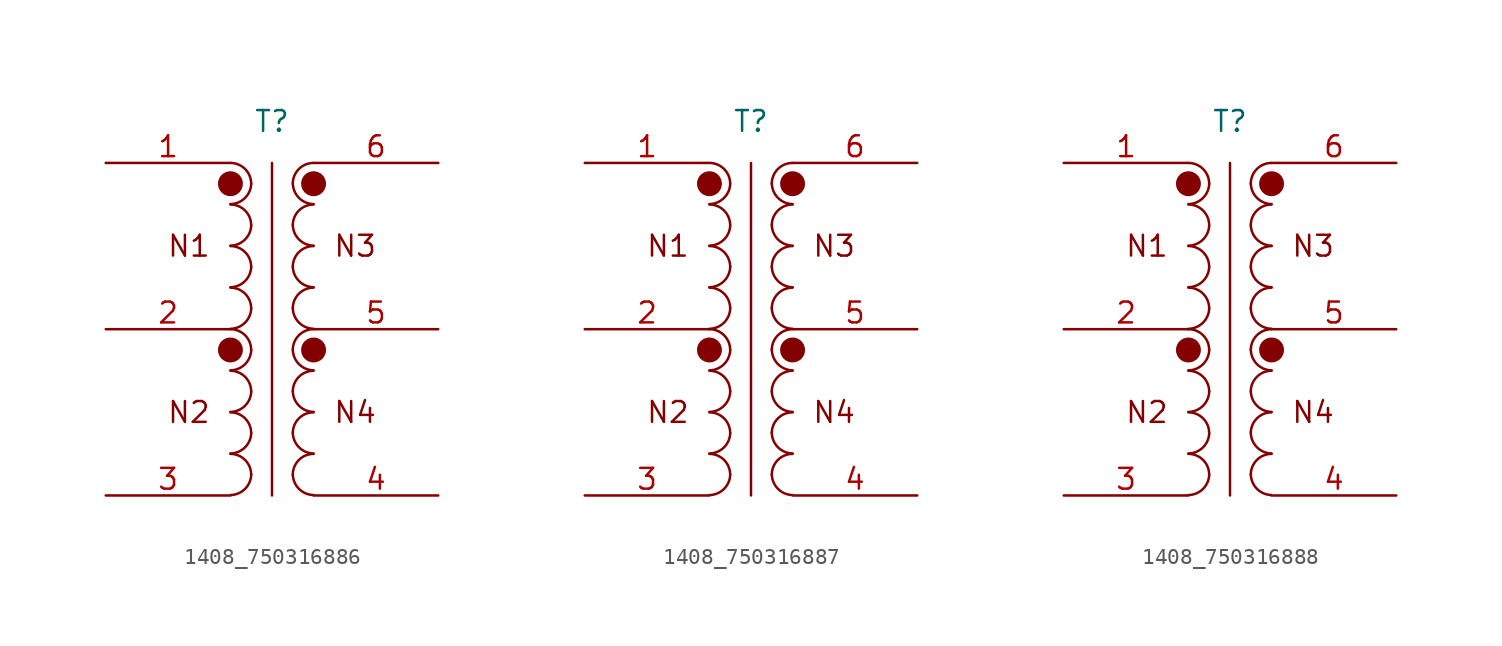
<source format=kicad_sym>
(kicad_symbol_lib
  (version 20220914)
  (generator kicad_symbol_editor)
  (symbol "1408_750316886"
    (pin_names hide)
    (property "Reference" "T"
      (at 0 12.7 0)
      (effects (font (size 1.27 1.27))))
    (property "Critical Parameter" ""
      (at 0 -5.08 0)
      (effects (font (size 1.27 1.27)) (justify left)))
    (symbol "1408_750316886_0_1"
      (arc (start -2.54 -10.1346) (mid -1.6561 -9.7663) (end -1.27 -8.89) (stroke (width 0) (type default)) (fill (type none)))
      (arc (start -2.54 -7.5946) (mid -1.6561 -7.2263) (end -1.27 -6.35) (stroke (width 0) (type default)) (fill (type none)))
      (arc (start -2.54 -5.0546) (mid -1.6561 -4.6863) (end -1.27 -3.81) (stroke (width 0) (type default)) (fill (type none)))
      (arc (start -2.54 -2.5146) (mid -1.6561 -2.1463) (end -1.27 -1.27) (stroke (width 0) (type default)) (fill (type none)))
      (arc (start -2.54 0.0254) (mid -1.6561 0.3937) (end -1.27 1.27) (stroke (width 0) (type default)) (fill (type none)))
      (arc (start -2.54 2.5654) (mid -1.6561 2.9337) (end -1.27 3.81) (stroke (width 0) (type default)) (fill (type none)))
      (arc (start -2.54 5.1054) (mid -1.6561 5.4737) (end -1.27 6.35) (stroke (width 0) (type default)) (fill (type none)))
      (arc (start -2.54 7.6454) (mid -1.6561 8.0137) (end -1.27 8.89) (stroke (width 0) (type default)) (fill (type none)))
      (arc (start -1.27 -8.89) (mid -1.642 -7.992) (end -2.54 -7.62) (stroke (width 0) (type default)) (fill (type none)))
      (arc (start -1.27 -6.35) (mid -1.642 -5.452) (end -2.54 -5.08) (stroke (width 0) (type default)) (fill (type none)))
      (arc (start -1.27 -3.81) (mid -1.642 -2.912) (end -2.54 -2.54) (stroke (width 0) (type default)) (fill (type none)))
      (arc (start -1.27 -1.27) (mid -1.642 -0.372) (end -2.54 0) (stroke (width 0) (type default)) (fill (type none)))
      (arc (start -1.27 1.27) (mid -1.642 2.168) (end -2.54 2.54) (stroke (width 0) (type default)) (fill (type none)))
      (arc (start -1.27 3.81) (mid -1.642 4.708) (end -2.54 5.08) (stroke (width 0) (type default)) (fill (type none)))
      (arc (start -1.27 6.35) (mid -1.642 7.248) (end -2.54 7.62) (stroke (width 0) (type default)) (fill (type none)))
      (arc (start -1.27 8.89) (mid -1.642 9.788) (end -2.54 10.16) (stroke (width 0) (type default)) (fill (type none)))
      (polyline (pts (xy 0 -10.16) (xy 0 10.16)) (stroke (width 0) (type default)) (fill (type none)))
      (arc (start 1.27 -8.89) (mid 1.6561 -9.7663) (end 2.54 -10.1346) (stroke (width 0) (type default)) (fill (type none)))
      (arc (start 1.27 -6.35) (mid 1.6561 -7.2263) (end 2.54 -7.5946) (stroke (width 0) (type default)) (fill (type none)))
      (arc (start 1.27 -3.81) (mid 1.6561 -4.6863) (end 2.54 -5.0546) (stroke (width 0) (type default)) (fill (type none)))
      (arc (start 1.27 -1.27) (mid 1.6561 -2.1463) (end 2.54 -2.5146) (stroke (width 0) (type default)) (fill (type none)))
      (arc (start 1.27 1.27) (mid 1.6561 0.3937) (end 2.54 0.0254) (stroke (width 0) (type default)) (fill (type none)))
      (arc (start 1.27 3.81) (mid 1.6561 2.9337) (end 2.54 2.5654) (stroke (width 0) (type default)) (fill (type none)))
      (arc (start 1.27 6.35) (mid 1.6561 5.4737) (end 2.54 5.1054) (stroke (width 0) (type default)) (fill (type none)))
      (arc (start 1.27 8.89) (mid 1.6561 8.0137) (end 2.54 7.6454) (stroke (width 0) (type default)) (fill (type none)))
      (arc (start 2.54 -7.62) (mid 1.642 -7.992) (end 1.27 -8.89) (stroke (width 0) (type default)) (fill (type none)))
      (arc (start 2.54 -5.08) (mid 1.642 -5.452) (end 1.27 -6.35) (stroke (width 0) (type default)) (fill (type none)))
      (arc (start 2.54 -2.54) (mid 1.642 -2.912) (end 1.27 -3.81) (stroke (width 0) (type default)) (fill (type none)))
      (arc (start 2.54 0) (mid 1.642 -0.372) (end 1.27 -1.27) (stroke (width 0) (type default)) (fill (type none)))
      (arc (start 2.54 2.54) (mid 1.642 2.168) (end 1.27 1.27) (stroke (width 0) (type default)) (fill (type none)))
      (arc (start 2.54 5.08) (mid 1.642 4.708) (end 1.27 3.81) (stroke (width 0) (type default)) (fill (type none)))
      (arc (start 2.54 7.62) (mid 1.642 7.248) (end 1.27 6.35) (stroke (width 0) (type default)) (fill (type none)))
      (arc (start 2.54 10.16) (mid 1.642 9.788) (end 1.27 8.89) (stroke (width 0) (type default)) (fill (type none))))
    (symbol "1408_750316886_1_1"
      (circle (center -2.54 -1.27) (radius 0.0001) (stroke (width 0.762) (type default)) (fill (type none)))
      (circle (center -2.54 8.89) (radius 0.0001) (stroke (width 0.762) (type default)) (fill (type none)))
      (circle (center 2.54 -1.27) (radius 0.0001) (stroke (width 0.762) (type default)) (fill (type none)))
      (circle (center 2.54 8.89) (radius 0.0001) (stroke (width 0.762) (type default)) (fill (type none)))
      (text "N1" (at -5.08 5.08 0) (effects (font (size 1.27 1.27))))
      (text "N2" (at -5.08 -5.08 0) (effects (font (size 1.27 1.27))))
      (text "N3" (at 5.08 5.08 0) (effects (font (size 1.27 1.27))))
      (text "N4" (at 5.08 -5.08 0) (effects (font (size 1.27 1.27))))
      (pin passive line (at -10.16 10.16 0) (length 7.62) (name "1" (effects (font (size 1.27 1.27)))) (number "1" (effects (font (size 1.27 1.27)))))
      (pin passive line (at -10.16 0 0) (length 7.62) (name "2" (effects (font (size 1.27 1.27)))) (number "2" (effects (font (size 1.27 1.27)))))
      (pin passive line (at -10.16 -10.16 0) (length 7.62) (name "3" (effects (font (size 1.27 1.27)))) (number "3" (effects (font (size 1.27 1.27)))))
      (pin passive line (at 10.16 -10.16 180) (length 7.62) (name "4" (effects (font (size 1.27 1.27)))) (number "4" (effects (font (size 1.27 1.27)))))
      (pin passive line (at 10.16 0 180) (length 7.62) (name "5" (effects (font (size 1.27 1.27)))) (number "5" (effects (font (size 1.27 1.27)))))
      (pin passive line (at 10.16 10.16 180) (length 7.62) (name "6" (effects (font (size 1.27 1.27)))) (number "6" (effects (font (size 1.27 1.27)))))))
  (symbol "1408_750316887"
    (pin_names hide)
    (property "Reference" "T"
      (at 0 12.7 0)
      (effects (font (size 1.27 1.27))))
    (property "Critical Parameter" ""
      (at 0 -5.08 0)
      (effects (font (size 1.27 1.27)) (justify left)))
    (symbol "1408_750316887_0_1"
      (arc (start -2.54 -10.1346) (mid -1.6561 -9.7663) (end -1.27 -8.89) (stroke (width 0) (type default)) (fill (type none)))
      (arc (start -2.54 -7.5946) (mid -1.6561 -7.2263) (end -1.27 -6.35) (stroke (width 0) (type default)) (fill (type none)))
      (arc (start -2.54 -5.0546) (mid -1.6561 -4.6863) (end -1.27 -3.81) (stroke (width 0) (type default)) (fill (type none)))
      (arc (start -2.54 -2.5146) (mid -1.6561 -2.1463) (end -1.27 -1.27) (stroke (width 0) (type default)) (fill (type none)))
      (arc (start -2.54 0.0254) (mid -1.6561 0.3937) (end -1.27 1.27) (stroke (width 0) (type default)) (fill (type none)))
      (arc (start -2.54 2.5654) (mid -1.6561 2.9337) (end -1.27 3.81) (stroke (width 0) (type default)) (fill (type none)))
      (arc (start -2.54 5.1054) (mid -1.6561 5.4737) (end -1.27 6.35) (stroke (width 0) (type default)) (fill (type none)))
      (arc (start -2.54 7.6454) (mid -1.6561 8.0137) (end -1.27 8.89) (stroke (width 0) (type default)) (fill (type none)))
      (arc (start -1.27 -8.89) (mid -1.642 -7.992) (end -2.54 -7.62) (stroke (width 0) (type default)) (fill (type none)))
      (arc (start -1.27 -6.35) (mid -1.642 -5.452) (end -2.54 -5.08) (stroke (width 0) (type default)) (fill (type none)))
      (arc (start -1.27 -3.81) (mid -1.642 -2.912) (end -2.54 -2.54) (stroke (width 0) (type default)) (fill (type none)))
      (arc (start -1.27 -1.27) (mid -1.642 -0.372) (end -2.54 0) (stroke (width 0) (type default)) (fill (type none)))
      (arc (start -1.27 1.27) (mid -1.642 2.168) (end -2.54 2.54) (stroke (width 0) (type default)) (fill (type none)))
      (arc (start -1.27 3.81) (mid -1.642 4.708) (end -2.54 5.08) (stroke (width 0) (type default)) (fill (type none)))
      (arc (start -1.27 6.35) (mid -1.642 7.248) (end -2.54 7.62) (stroke (width 0) (type default)) (fill (type none)))
      (arc (start -1.27 8.89) (mid -1.642 9.788) (end -2.54 10.16) (stroke (width 0) (type default)) (fill (type none)))
      (polyline (pts (xy 0 -10.16) (xy 0 10.16)) (stroke (width 0) (type default)) (fill (type none)))
      (arc (start 1.27 -8.89) (mid 1.6561 -9.7663) (end 2.54 -10.1346) (stroke (width 0) (type default)) (fill (type none)))
      (arc (start 1.27 -6.35) (mid 1.6561 -7.2263) (end 2.54 -7.5946) (stroke (width 0) (type default)) (fill (type none)))
      (arc (start 1.27 -3.81) (mid 1.6561 -4.6863) (end 2.54 -5.0546) (stroke (width 0) (type default)) (fill (type none)))
      (arc (start 1.27 -1.27) (mid 1.6561 -2.1463) (end 2.54 -2.5146) (stroke (width 0) (type default)) (fill (type none)))
      (arc (start 1.27 1.27) (mid 1.6561 0.3937) (end 2.54 0.0254) (stroke (width 0) (type default)) (fill (type none)))
      (arc (start 1.27 3.81) (mid 1.6561 2.9337) (end 2.54 2.5654) (stroke (width 0) (type default)) (fill (type none)))
      (arc (start 1.27 6.35) (mid 1.6561 5.4737) (end 2.54 5.1054) (stroke (width 0) (type default)) (fill (type none)))
      (arc (start 1.27 8.89) (mid 1.6561 8.0137) (end 2.54 7.6454) (stroke (width 0) (type default)) (fill (type none)))
      (arc (start 2.54 -7.62) (mid 1.642 -7.992) (end 1.27 -8.89) (stroke (width 0) (type default)) (fill (type none)))
      (arc (start 2.54 -5.08) (mid 1.642 -5.452) (end 1.27 -6.35) (stroke (width 0) (type default)) (fill (type none)))
      (arc (start 2.54 -2.54) (mid 1.642 -2.912) (end 1.27 -3.81) (stroke (width 0) (type default)) (fill (type none)))
      (arc (start 2.54 0) (mid 1.642 -0.372) (end 1.27 -1.27) (stroke (width 0) (type default)) (fill (type none)))
      (arc (start 2.54 2.54) (mid 1.642 2.168) (end 1.27 1.27) (stroke (width 0) (type default)) (fill (type none)))
      (arc (start 2.54 5.08) (mid 1.642 4.708) (end 1.27 3.81) (stroke (width 0) (type default)) (fill (type none)))
      (arc (start 2.54 7.62) (mid 1.642 7.248) (end 1.27 6.35) (stroke (width 0) (type default)) (fill (type none)))
      (arc (start 2.54 10.16) (mid 1.642 9.788) (end 1.27 8.89) (stroke (width 0) (type default)) (fill (type none))))
    (symbol "1408_750316887_1_1"
      (circle (center -2.54 -1.27) (radius 0.0001) (stroke (width 0.762) (type default)) (fill (type none)))
      (circle (center -2.54 8.89) (radius 0.0001) (stroke (width 0.762) (type default)) (fill (type none)))
      (circle (center 2.54 -1.27) (radius 0.0001) (stroke (width 0.762) (type default)) (fill (type none)))
      (circle (center 2.54 8.89) (radius 0.0001) (stroke (width 0.762) (type default)) (fill (type none)))
      (text "N1" (at -5.08 5.08 0) (effects (font (size 1.27 1.27))))
      (text "N2" (at -5.08 -5.08 0) (effects (font (size 1.27 1.27))))
      (text "N3" (at 5.08 5.08 0) (effects (font (size 1.27 1.27))))
      (text "N4" (at 5.08 -5.08 0) (effects (font (size 1.27 1.27))))
      (pin passive line (at -10.16 10.16 0) (length 7.62) (name "1" (effects (font (size 1.27 1.27)))) (number "1" (effects (font (size 1.27 1.27)))))
      (pin passive line (at -10.16 0 0) (length 7.62) (name "2" (effects (font (size 1.27 1.27)))) (number "2" (effects (font (size 1.27 1.27)))))
      (pin passive line (at -10.16 -10.16 0) (length 7.62) (name "3" (effects (font (size 1.27 1.27)))) (number "3" (effects (font (size 1.27 1.27)))))
      (pin passive line (at 10.16 -10.16 180) (length 7.62) (name "4" (effects (font (size 1.27 1.27)))) (number "4" (effects (font (size 1.27 1.27)))))
      (pin passive line (at 10.16 0 180) (length 7.62) (name "5" (effects (font (size 1.27 1.27)))) (number "5" (effects (font (size 1.27 1.27)))))
      (pin passive line (at 10.16 10.16 180) (length 7.62) (name "6" (effects (font (size 1.27 1.27)))) (number "6" (effects (font (size 1.27 1.27)))))))
  (symbol "1408_750316888"
    (pin_names hide)
    (property "Reference" "T"
      (at 0 12.7 0)
      (effects (font (size 1.27 1.27))))
    (property "Critical Parameter" ""
      (at 0 -5.08 0)
      (effects (font (size 1.27 1.27)) (justify left)))
    (symbol "1408_750316888_0_1"
      (arc (start -2.54 -10.1346) (mid -1.6561 -9.7663) (end -1.27 -8.89) (stroke (width 0) (type default)) (fill (type none)))
      (arc (start -2.54 -7.5946) (mid -1.6561 -7.2263) (end -1.27 -6.35) (stroke (width 0) (type default)) (fill (type none)))
      (arc (start -2.54 -5.0546) (mid -1.6561 -4.6863) (end -1.27 -3.81) (stroke (width 0) (type default)) (fill (type none)))
      (arc (start -2.54 -2.5146) (mid -1.6561 -2.1463) (end -1.27 -1.27) (stroke (width 0) (type default)) (fill (type none)))
      (arc (start -2.54 0.0254) (mid -1.6561 0.3937) (end -1.27 1.27) (stroke (width 0) (type default)) (fill (type none)))
      (arc (start -2.54 2.5654) (mid -1.6561 2.9337) (end -1.27 3.81) (stroke (width 0) (type default)) (fill (type none)))
      (arc (start -2.54 5.1054) (mid -1.6561 5.4737) (end -1.27 6.35) (stroke (width 0) (type default)) (fill (type none)))
      (arc (start -2.54 7.6454) (mid -1.6561 8.0137) (end -1.27 8.89) (stroke (width 0) (type default)) (fill (type none)))
      (arc (start -1.27 -8.89) (mid -1.642 -7.992) (end -2.54 -7.62) (stroke (width 0) (type default)) (fill (type none)))
      (arc (start -1.27 -6.35) (mid -1.642 -5.452) (end -2.54 -5.08) (stroke (width 0) (type default)) (fill (type none)))
      (arc (start -1.27 -3.81) (mid -1.642 -2.912) (end -2.54 -2.54) (stroke (width 0) (type default)) (fill (type none)))
      (arc (start -1.27 -1.27) (mid -1.642 -0.372) (end -2.54 0) (stroke (width 0) (type default)) (fill (type none)))
      (arc (start -1.27 1.27) (mid -1.642 2.168) (end -2.54 2.54) (stroke (width 0) (type default)) (fill (type none)))
      (arc (start -1.27 3.81) (mid -1.642 4.708) (end -2.54 5.08) (stroke (width 0) (type default)) (fill (type none)))
      (arc (start -1.27 6.35) (mid -1.642 7.248) (end -2.54 7.62) (stroke (width 0) (type default)) (fill (type none)))
      (arc (start -1.27 8.89) (mid -1.642 9.788) (end -2.54 10.16) (stroke (width 0) (type default)) (fill (type none)))
      (polyline (pts (xy 0 -10.16) (xy 0 10.16)) (stroke (width 0) (type default)) (fill (type none)))
      (arc (start 1.27 -8.89) (mid 1.6561 -9.7663) (end 2.54 -10.1346) (stroke (width 0) (type default)) (fill (type none)))
      (arc (start 1.27 -6.35) (mid 1.6561 -7.2263) (end 2.54 -7.5946) (stroke (width 0) (type default)) (fill (type none)))
      (arc (start 1.27 -3.81) (mid 1.6561 -4.6863) (end 2.54 -5.0546) (stroke (width 0) (type default)) (fill (type none)))
      (arc (start 1.27 -1.27) (mid 1.6561 -2.1463) (end 2.54 -2.5146) (stroke (width 0) (type default)) (fill (type none)))
      (arc (start 1.27 1.27) (mid 1.6561 0.3937) (end 2.54 0.0254) (stroke (width 0) (type default)) (fill (type none)))
      (arc (start 1.27 3.81) (mid 1.6561 2.9337) (end 2.54 2.5654) (stroke (width 0) (type default)) (fill (type none)))
      (arc (start 1.27 6.35) (mid 1.6561 5.4737) (end 2.54 5.1054) (stroke (width 0) (type default)) (fill (type none)))
      (arc (start 1.27 8.89) (mid 1.6561 8.0137) (end 2.54 7.6454) (stroke (width 0) (type default)) (fill (type none)))
      (arc (start 2.54 -7.62) (mid 1.642 -7.992) (end 1.27 -8.89) (stroke (width 0) (type default)) (fill (type none)))
      (arc (start 2.54 -5.08) (mid 1.642 -5.452) (end 1.27 -6.35) (stroke (width 0) (type default)) (fill (type none)))
      (arc (start 2.54 -2.54) (mid 1.642 -2.912) (end 1.27 -3.81) (stroke (width 0) (type default)) (fill (type none)))
      (arc (start 2.54 0) (mid 1.642 -0.372) (end 1.27 -1.27) (stroke (width 0) (type default)) (fill (type none)))
      (arc (start 2.54 2.54) (mid 1.642 2.168) (end 1.27 1.27) (stroke (width 0) (type default)) (fill (type none)))
      (arc (start 2.54 5.08) (mid 1.642 4.708) (end 1.27 3.81) (stroke (width 0) (type default)) (fill (type none)))
      (arc (start 2.54 7.62) (mid 1.642 7.248) (end 1.27 6.35) (stroke (width 0) (type default)) (fill (type none)))
      (arc (start 2.54 10.16) (mid 1.642 9.788) (end 1.27 8.89) (stroke (width 0) (type default)) (fill (type none))))
    (symbol "1408_750316888_1_1"
      (circle (center -2.54 -1.27) (radius 0.0001) (stroke (width 0.762) (type default)) (fill (type none)))
      (circle (center -2.54 8.89) (radius 0.0001) (stroke (width 0.762) (type default)) (fill (type none)))
      (circle (center 2.54 -1.27) (radius 0.0001) (stroke (width 0.762) (type default)) (fill (type none)))
      (circle (center 2.54 8.89) (radius 0.0001) (stroke (width 0.762) (type default)) (fill (type none)))
      (text "N1" (at -5.08 5.08 0) (effects (font (size 1.27 1.27))))
      (text "N2" (at -5.08 -5.08 0) (effects (font (size 1.27 1.27))))
      (text "N3" (at 5.08 5.08 0) (effects (font (size 1.27 1.27))))
      (text "N4" (at 5.08 -5.08 0) (effects (font (size 1.27 1.27))))
      (pin passive line (at -10.16 10.16 0) (length 7.62) (name "1" (effects (font (size 1.27 1.27)))) (number "1" (effects (font (size 1.27 1.27)))))
      (pin passive line (at -10.16 0 0) (length 7.62) (name "2" (effects (font (size 1.27 1.27)))) (number "2" (effects (font (size 1.27 1.27)))))
      (pin passive line (at -10.16 -10.16 0) (length 7.62) (name "3" (effects (font (size 1.27 1.27)))) (number "3" (effects (font (size 1.27 1.27)))))
      (pin passive line (at 10.16 -10.16 180) (length 7.62) (name "4" (effects (font (size 1.27 1.27)))) (number "4" (effects (font (size 1.27 1.27)))))
      (pin passive line (at 10.16 0 180) (length 7.62) (name "5" (effects (font (size 1.27 1.27)))) (number "5" (effects (font (size 1.27 1.27)))))
      (pin passive line (at 10.16 10.16 180) (length 7.62) (name "6" (effects (font (size 1.27 1.27)))) (number "6" (effects (font (size 1.27 1.27))))))))
</source>
